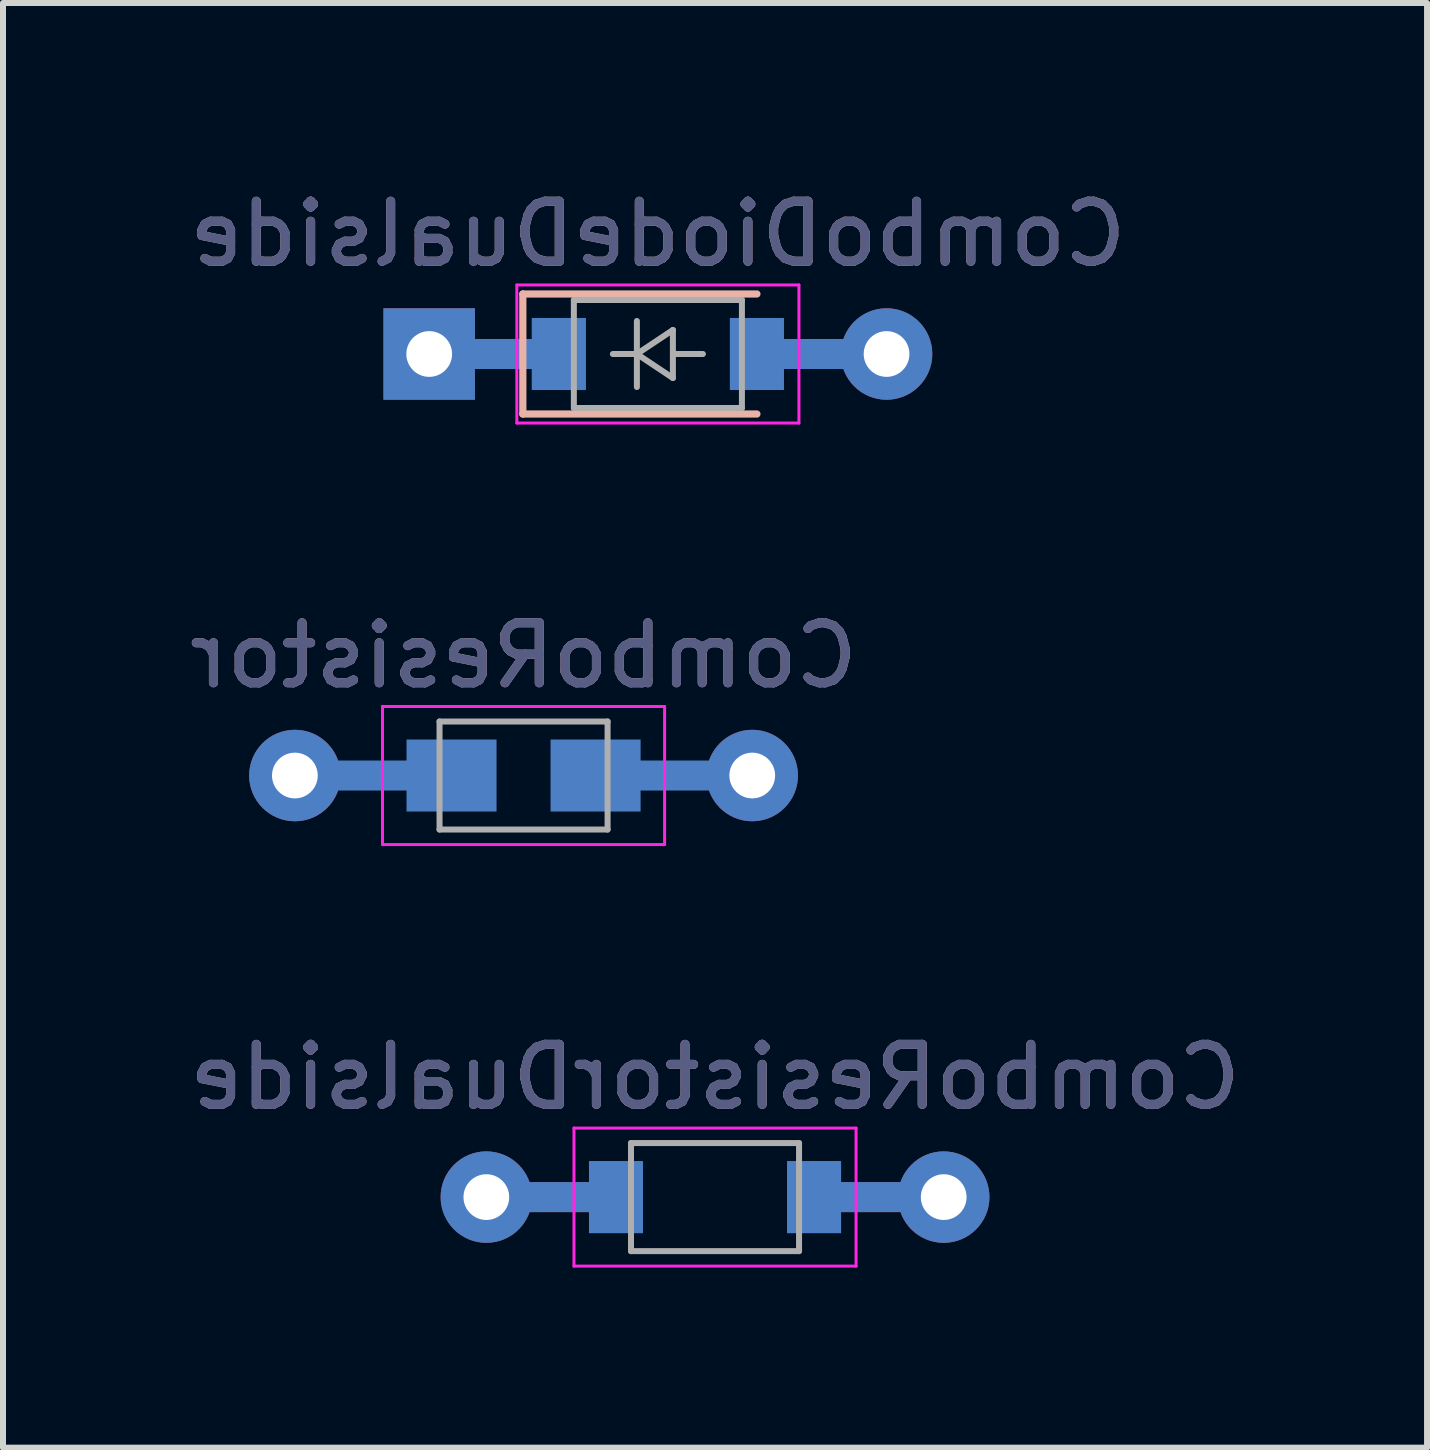
<source format=kicad_pcb>
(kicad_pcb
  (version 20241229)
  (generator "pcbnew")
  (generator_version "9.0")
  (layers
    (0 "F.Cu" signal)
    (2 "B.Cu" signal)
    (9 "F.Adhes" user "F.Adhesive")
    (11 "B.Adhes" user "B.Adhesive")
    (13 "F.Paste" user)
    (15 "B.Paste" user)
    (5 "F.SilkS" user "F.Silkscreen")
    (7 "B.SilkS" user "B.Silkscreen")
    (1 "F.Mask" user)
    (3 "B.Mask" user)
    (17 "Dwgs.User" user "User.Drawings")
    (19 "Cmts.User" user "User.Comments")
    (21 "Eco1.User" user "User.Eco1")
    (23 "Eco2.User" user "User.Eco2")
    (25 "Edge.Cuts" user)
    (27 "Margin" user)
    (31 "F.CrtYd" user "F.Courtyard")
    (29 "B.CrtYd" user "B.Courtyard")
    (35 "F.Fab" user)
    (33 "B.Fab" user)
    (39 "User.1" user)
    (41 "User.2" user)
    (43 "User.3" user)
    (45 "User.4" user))
  (footprint "ComboResistorDualside"
    (layer "F.Cu")
    (at 8.863 16.895)
    (property "Reference" "ComboResistorDualside" (at 0 -2 0) (layer "B.SilkS") (effects (font (size 1 1) (thickness 0.15)) (justify mirror)))
    (attr smd)
    (fp_line (start -2.35 -1.15) (end -2.35 1.15) (stroke (width 0.05) (type solid)) (layer "F.CrtYd"))
    (fp_line (start -2.35 -1.15) (end 2.35 -1.15) (stroke (width 0.05) (type solid)) (layer "F.CrtYd"))
    (fp_line (start 2.35 -1.15) (end 2.35 1.15) (stroke (width 0.05) (type solid)) (layer "F.CrtYd"))
    (fp_line (start 2.35 1.15) (end -2.35 1.15) (stroke (width 0.05) (type solid)) (layer "F.CrtYd"))
    (fp_line (start -1.4 -0.9) (end 1.4 -0.9) (stroke (width 0.1) (type solid)) (layer "F.Fab"))
    (fp_line (start -1.4 0.9) (end -1.4 -0.9) (stroke (width 0.1) (type solid)) (layer "F.Fab"))
    (fp_line (start 1.4 -0.9) (end 1.4 0.9) (stroke (width 0.1) (type solid)) (layer "F.Fab"))
    (fp_line (start 1.4 0.9) (end -1.4 0.9) (stroke (width 0.1) (type solid)) (layer "F.Fab"))
    (fp_text user "${REFERENCE}" (at 0 -2 0) (layer "B.Fab") (effects (font (size 1 1) (thickness 0.15)) (justify mirror)))
    (pad "" connect rect (at -2.54 0) (size 1.524 0.5) (layers "F.Cu"))
    (pad "" connect rect (at -2.54 0) (size 1.524 0.5) (layers "B.Cu"))
    (pad "" smd rect (at -1.65 0) (size 0.9 1.2) (layers "F.Cu" "F.Mask" "F.Paste"))
    (pad "" smd rect (at -1.65 0) (size 0.9 1.2) (layers "B.Cu" "B.Mask" "B.Paste"))
    (pad "" smd rect (at 1.65 0) (size 0.9 1.2) (layers "F.Cu" "F.Mask" "F.Paste"))
    (pad "" smd rect (at 1.65 0) (size 0.9 1.2) (layers "B.Cu" "B.Mask" "B.Paste"))
    (pad "" connect rect (at 2.54 0) (size 1.524 0.5) (layers "F.Cu"))
    (pad "" connect rect (at 2.54 0) (size 1.524 0.5) (layers "B.Cu"))
    (pad "1" thru_hole circle (at -3.81 0) (size 1.524 1.524) (drill 0.762) (layers "*.Cu" "*.Mask"))
    (pad "2" thru_hole circle (at 3.81 0) (size 1.524 1.524) (drill 0.762) (layers "*.Cu" "*.Mask")))
  (footprint "ComboDiodeDualside"
    (layer "F.Cu")
    (at 7.911 2.848)
    (property "Reference" "ComboDiodeDualside" (at 0 -2 0) (layer "B.SilkS") (effects (font (size 1 1) (thickness 0.15)) (justify mirror)))
    (attr smd)
    (fp_line (start -2.25 -1) (end 1.65 -1) (stroke (width 0.12) (type solid)) (layer "B.SilkS"))
    (fp_line (start -2.25 1) (end -2.25 -1) (stroke (width 0.12) (type solid)) (layer "B.SilkS"))
    (fp_line (start -2.25 1) (end 1.65 1) (stroke (width 0.12) (type solid)) (layer "B.SilkS"))
    (fp_line (start -2.35 -1.15) (end -2.35 1.15) (stroke (width 0.05) (type solid)) (layer "F.CrtYd"))
    (fp_line (start -2.35 -1.15) (end 2.35 -1.15) (stroke (width 0.05) (type solid)) (layer "F.CrtYd"))
    (fp_line (start 2.35 -1.15) (end 2.35 1.15) (stroke (width 0.05) (type solid)) (layer "F.CrtYd"))
    (fp_line (start 2.35 1.15) (end -2.35 1.15) (stroke (width 0.05) (type solid)) (layer "F.CrtYd"))
    (fp_line (start -1.4 -0.9) (end 1.4 -0.9) (stroke (width 0.1) (type solid)) (layer "F.Fab"))
    (fp_line (start -1.4 0.9) (end -1.4 -0.9) (stroke (width 0.1) (type solid)) (layer "F.Fab"))
    (fp_line (start -0.75 0) (end -0.35 0) (stroke (width 0.1) (type solid)) (layer "F.Fab"))
    (fp_line (start -0.35 0) (end -0.35 -0.55) (stroke (width 0.1) (type solid)) (layer "F.Fab"))
    (fp_line (start -0.35 0) (end -0.35 0.55) (stroke (width 0.1) (type solid)) (layer "F.Fab"))
    (fp_line (start -0.35 0) (end 0.25 -0.4) (stroke (width 0.1) (type solid)) (layer "F.Fab"))
    (fp_line (start 0.25 -0.4) (end 0.25 0.4) (stroke (width 0.1) (type solid)) (layer "F.Fab"))
    (fp_line (start 0.25 0) (end 0.75 0) (stroke (width 0.1) (type solid)) (layer "F.Fab"))
    (fp_line (start 0.25 0.4) (end -0.35 0) (stroke (width 0.1) (type solid)) (layer "F.Fab"))
    (fp_line (start 1.4 -0.9) (end 1.4 0.9) (stroke (width 0.1) (type solid)) (layer "F.Fab"))
    (fp_line (start 1.4 0.9) (end -1.4 0.9) (stroke (width 0.1) (type solid)) (layer "F.Fab"))
    (fp_text user "${REFERENCE}" (at 0 -2 0) (layer "B.Fab") (effects (font (size 1 1) (thickness 0.15)) (justify mirror)))
    (pad "" connect rect (at -2.54 0) (size 1.524 0.5) (layers "F.Cu"))
    (pad "" connect rect (at -2.54 0) (size 1.524 0.5) (layers "B.Cu"))
    (pad "" smd rect (at -1.65 0) (size 0.9 1.2) (layers "F.Cu" "F.Mask" "F.Paste"))
    (pad "" smd rect (at -1.65 0) (size 0.9 1.2) (layers "B.Cu" "B.Mask" "B.Paste"))
    (pad "" smd rect (at 1.65 0) (size 0.9 1.2) (layers "F.Cu" "F.Mask" "F.Paste"))
    (pad "" smd rect (at 1.65 0) (size 0.9 1.2) (layers "B.Cu" "B.Mask" "B.Paste"))
    (pad "" connect rect (at 2.54 0) (size 1.524 0.5) (layers "F.Cu"))
    (pad "" connect rect (at 2.54 0) (size 1.524 0.5) (layers "B.Cu"))
    (pad "1" thru_hole rect (at -3.81 0) (size 1.524 1.524) (drill 0.762) (layers "*.Cu" "*.Mask"))
    (pad "2" thru_hole circle (at 3.81 0) (size 1.524 1.524) (drill 0.762) (layers "*.Cu" "*.Mask")))
  (footprint "ComboResistor"
    (layer "F.Cu")
    (at 5.673 9.871)
    (property "Reference" "ComboResistor" (at 0 -2 0) (layer "B.SilkS") (effects (font (size 1 1) (thickness 0.15)) (justify mirror)))
    (attr smd)
    (fp_line (start -2.35 -1.15) (end -2.35 1.15) (stroke (width 0.05) (type solid)) (layer "F.CrtYd"))
    (fp_line (start -2.35 -1.15) (end 2.35 -1.15) (stroke (width 0.05) (type solid)) (layer "F.CrtYd"))
    (fp_line (start 2.35 -1.15) (end 2.35 1.15) (stroke (width 0.05) (type solid)) (layer "F.CrtYd"))
    (fp_line (start 2.35 1.15) (end -2.35 1.15) (stroke (width 0.05) (type solid)) (layer "F.CrtYd"))
    (fp_line (start -1.4 -0.9) (end 1.4 -0.9) (stroke (width 0.1) (type solid)) (layer "F.Fab"))
    (fp_line (start -1.4 0.9) (end -1.4 -0.9) (stroke (width 0.1) (type solid)) (layer "F.Fab"))
    (fp_line (start 1.4 -0.9) (end 1.4 0.9) (stroke (width 0.1) (type solid)) (layer "F.Fab"))
    (fp_line (start 1.4 0.9) (end -1.4 0.9) (stroke (width 0.1) (type solid)) (layer "F.Fab"))
    (fp_text user "${REFERENCE}" (at 0 -2 0) (layer "B.Fab") (effects (font (size 1 1) (thickness 0.15)) (justify mirror)))
    (pad "" connect rect (at -2.54 0) (size 1.524 0.5) (layers "B.Cu"))
    (pad "" smd rect (at -1.2 0) (size 1.5 1.2) (layers "B.Cu" "B.Mask" "B.Paste"))
    (pad "" smd rect (at 1.2 0) (size 1.5 1.2) (layers "B.Cu" "B.Mask" "B.Paste"))
    (pad "" connect rect (at 2.54 0) (size 1.524 0.5) (layers "B.Cu"))
    (pad "1" thru_hole circle (at -3.81 0) (size 1.524 1.524) (drill 0.762) (layers "*.Cu" "*.Mask"))
    (pad "2" thru_hole circle (at 3.81 0) (size 1.524 1.524) (drill 0.762) (layers "*.Cu" "*.Mask")))
  (gr_rect
    (start -3 -3)
    (end 20.726 21.07)
    (stroke (width 0.1) (type default))
    (fill no)
    (layer "Edge.Cuts")))
</source>
